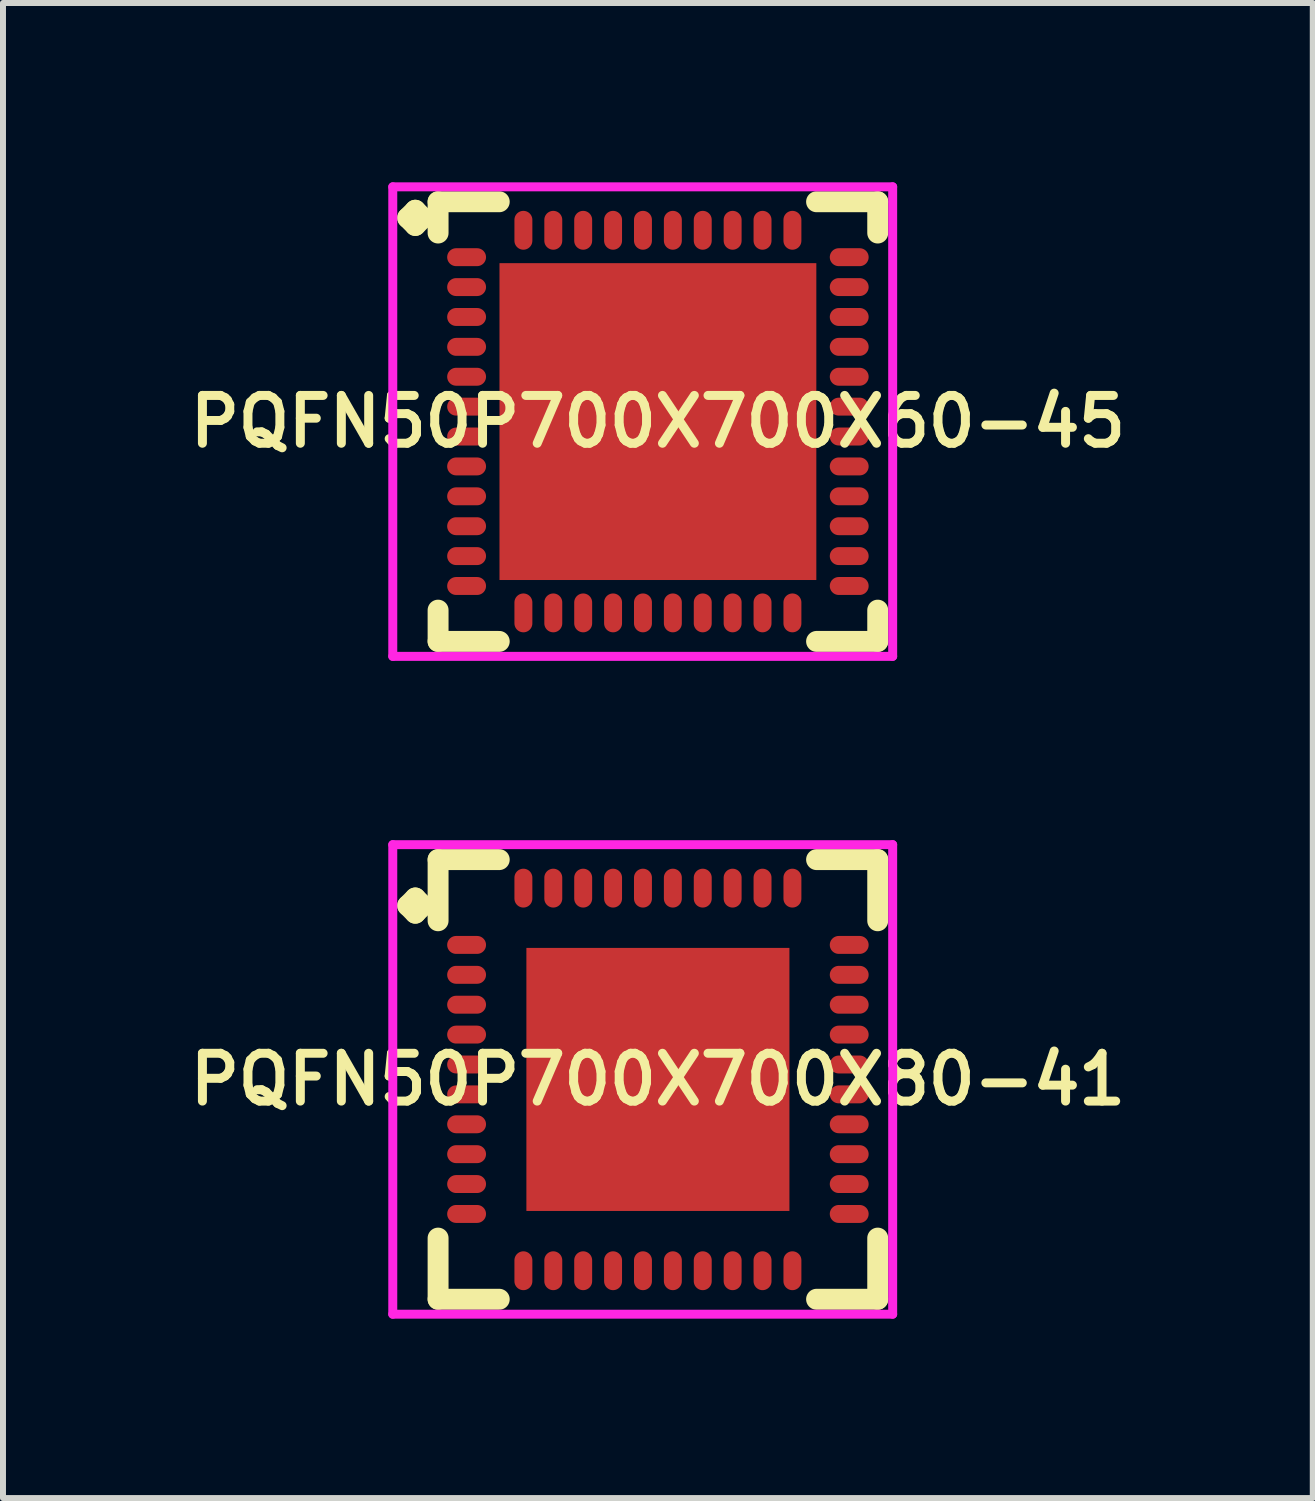
<source format=kicad_pcb>
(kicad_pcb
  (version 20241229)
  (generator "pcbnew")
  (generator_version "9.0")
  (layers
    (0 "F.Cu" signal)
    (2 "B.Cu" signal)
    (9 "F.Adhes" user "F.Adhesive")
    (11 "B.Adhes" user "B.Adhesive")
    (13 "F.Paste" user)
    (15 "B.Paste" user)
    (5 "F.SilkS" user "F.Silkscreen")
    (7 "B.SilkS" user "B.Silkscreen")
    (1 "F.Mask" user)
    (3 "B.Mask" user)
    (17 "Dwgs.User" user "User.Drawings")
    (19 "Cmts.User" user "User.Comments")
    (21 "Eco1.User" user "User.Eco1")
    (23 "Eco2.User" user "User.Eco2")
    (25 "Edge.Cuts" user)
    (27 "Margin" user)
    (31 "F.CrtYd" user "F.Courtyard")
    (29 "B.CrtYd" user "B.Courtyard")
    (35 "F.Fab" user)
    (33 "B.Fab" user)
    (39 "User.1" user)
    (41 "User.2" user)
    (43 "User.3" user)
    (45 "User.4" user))
  (footprint "PQFN50P700X700X80-41"
    (layer "F.Cu")
    (at 7.955 15.006)
    (property "Reference" "PQFN50P700X700X80-41" (at 0 0 0) (layer "F.SilkS") (effects (font (size 0.8 0.8) (thickness 0.15))))
    (attr smd)
    (fp_line (start -4.185 -2.908) (end -4.058 -3.035) (stroke (width 0.35) (type solid)) (layer "F.SilkS"))
    (fp_line (start -4.058 -3.035) (end -3.931 -2.908) (stroke (width 0.35) (type solid)) (layer "F.SilkS"))
    (fp_line (start -4.058 -2.781) (end -4.185 -2.908) (stroke (width 0.35) (type solid)) (layer "F.SilkS"))
    (fp_line (start -3.931 -2.908) (end -4.058 -2.781) (stroke (width 0.35) (type solid)) (layer "F.SilkS"))
    (fp_line (start -3.677 -3.677) (end -2.654 -3.677) (stroke (width 0.35) (type solid)) (layer "F.SilkS"))
    (fp_line (start -3.677 -2.654) (end -3.677 -3.677) (stroke (width 0.35) (type solid)) (layer "F.SilkS"))
    (fp_line (start -3.677 2.654) (end -3.677 3.677) (stroke (width 0.35) (type solid)) (layer "F.SilkS"))
    (fp_line (start -3.677 3.677) (end -2.654 3.677) (stroke (width 0.35) (type solid)) (layer "F.SilkS"))
    (fp_line (start 2.654 -3.677) (end 3.677 -3.677) (stroke (width 0.35) (type solid)) (layer "F.SilkS"))
    (fp_line (start 2.654 3.677) (end 3.677 3.677) (stroke (width 0.35) (type solid)) (layer "F.SilkS"))
    (fp_line (start 3.677 -3.677) (end 3.677 -2.654) (stroke (width 0.35) (type solid)) (layer "F.SilkS"))
    (fp_line (start 3.677 3.677) (end 3.677 2.654) (stroke (width 0.35) (type solid)) (layer "F.SilkS"))
    (fp_line (start -4.435 -3.927) (end 3.927 -3.927) (stroke (width 0.15) (type solid)) (layer "F.CrtYd"))
    (fp_line (start -4.435 3.927) (end -4.435 -3.927) (stroke (width 0.15) (type solid)) (layer "F.CrtYd"))
    (fp_line (start 3.927 -3.927) (end 3.927 3.927) (stroke (width 0.15) (type solid)) (layer "F.CrtYd"))
    (fp_line (start 3.927 3.927) (end -4.435 3.927) (stroke (width 0.15) (type solid)) (layer "F.CrtYd"))
    (pad "1" smd oval (at -3.2 -2.25) (size 0.65 0.3) (layers "F.Cu" "F.Mask" "F.Paste"))
    (pad "2" smd oval (at -3.2 -1.75) (size 0.65 0.3) (layers "F.Cu" "F.Mask" "F.Paste"))
    (pad "3" smd oval (at -3.2 -1.25) (size 0.65 0.3) (layers "F.Cu" "F.Mask" "F.Paste"))
    (pad "4" smd oval (at -3.2 -0.75) (size 0.65 0.3) (layers "F.Cu" "F.Mask" "F.Paste"))
    (pad "5" smd oval (at -3.2 -0.25) (size 0.65 0.3) (layers "F.Cu" "F.Mask" "F.Paste"))
    (pad "6" smd oval (at -3.2 0.25) (size 0.65 0.3) (layers "F.Cu" "F.Mask" "F.Paste"))
    (pad "7" smd oval (at -3.2 0.75) (size 0.65 0.3) (layers "F.Cu" "F.Mask" "F.Paste"))
    (pad "8" smd oval (at -3.2 1.25) (size 0.65 0.3) (layers "F.Cu" "F.Mask" "F.Paste"))
    (pad "9" smd oval (at -3.2 1.75) (size 0.65 0.3) (layers "F.Cu" "F.Mask" "F.Paste"))
    (pad "10" smd oval (at -3.2 2.25) (size 0.65 0.3) (layers "F.Cu" "F.Mask" "F.Paste"))
    (pad "11" smd oval (at -2.25 3.2) (size 0.3 0.65) (layers "F.Cu" "F.Mask" "F.Paste"))
    (pad "12" smd oval (at -1.75 3.2) (size 0.3 0.65) (layers "F.Cu" "F.Mask" "F.Paste"))
    (pad "13" smd oval (at -1.25 3.2) (size 0.3 0.65) (layers "F.Cu" "F.Mask" "F.Paste"))
    (pad "14" smd oval (at -0.75 3.2) (size 0.3 0.65) (layers "F.Cu" "F.Mask" "F.Paste"))
    (pad "15" smd oval (at -0.25 3.2) (size 0.3 0.65) (layers "F.Cu" "F.Mask" "F.Paste"))
    (pad "16" smd oval (at 0.25 3.2) (size 0.3 0.65) (layers "F.Cu" "F.Mask" "F.Paste"))
    (pad "17" smd oval (at 0.75 3.2) (size 0.3 0.65) (layers "F.Cu" "F.Mask" "F.Paste"))
    (pad "18" smd oval (at 1.25 3.2) (size 0.3 0.65) (layers "F.Cu" "F.Mask" "F.Paste"))
    (pad "19" smd oval (at 1.75 3.2) (size 0.3 0.65) (layers "F.Cu" "F.Mask" "F.Paste"))
    (pad "20" smd oval (at 2.25 3.2) (size 0.3 0.65) (layers "F.Cu" "F.Mask" "F.Paste"))
    (pad "21" smd oval (at 3.2 2.25) (size 0.65 0.3) (layers "F.Cu" "F.Mask" "F.Paste"))
    (pad "22" smd oval (at 3.2 1.75) (size 0.65 0.3) (layers "F.Cu" "F.Mask" "F.Paste"))
    (pad "23" smd oval (at 3.2 1.25) (size 0.65 0.3) (layers "F.Cu" "F.Mask" "F.Paste"))
    (pad "24" smd oval (at 3.2 0.75) (size 0.65 0.3) (layers "F.Cu" "F.Mask" "F.Paste"))
    (pad "25" smd oval (at 3.2 0.25) (size 0.65 0.3) (layers "F.Cu" "F.Mask" "F.Paste"))
    (pad "26" smd oval (at 3.2 -0.25) (size 0.65 0.3) (layers "F.Cu" "F.Mask" "F.Paste"))
    (pad "27" smd oval (at 3.2 -0.75) (size 0.65 0.3) (layers "F.Cu" "F.Mask" "F.Paste"))
    (pad "28" smd oval (at 3.2 -1.25) (size 0.65 0.3) (layers "F.Cu" "F.Mask" "F.Paste"))
    (pad "29" smd oval (at 3.2 -1.75) (size 0.65 0.3) (layers "F.Cu" "F.Mask" "F.Paste"))
    (pad "30" smd oval (at 3.2 -2.25) (size 0.65 0.3) (layers "F.Cu" "F.Mask" "F.Paste"))
    (pad "31" smd oval (at 2.25 -3.2) (size 0.3 0.65) (layers "F.Cu" "F.Mask" "F.Paste"))
    (pad "32" smd oval (at 1.75 -3.2) (size 0.3 0.65) (layers "F.Cu" "F.Mask" "F.Paste"))
    (pad "33" smd oval (at 1.25 -3.2) (size 0.3 0.65) (layers "F.Cu" "F.Mask" "F.Paste"))
    (pad "34" smd oval (at 0.75 -3.2) (size 0.3 0.65) (layers "F.Cu" "F.Mask" "F.Paste"))
    (pad "35" smd oval (at 0.25 -3.2) (size 0.3 0.65) (layers "F.Cu" "F.Mask" "F.Paste"))
    (pad "36" smd oval (at -0.25 -3.2) (size 0.3 0.65) (layers "F.Cu" "F.Mask" "F.Paste"))
    (pad "37" smd oval (at -0.75 -3.2) (size 0.3 0.65) (layers "F.Cu" "F.Mask" "F.Paste"))
    (pad "38" smd oval (at -1.25 -3.2) (size 0.3 0.65) (layers "F.Cu" "F.Mask" "F.Paste"))
    (pad "39" smd oval (at -1.75 -3.2) (size 0.3 0.65) (layers "F.Cu" "F.Mask" "F.Paste"))
    (pad "40" smd oval (at -2.25 -3.2) (size 0.3 0.65) (layers "F.Cu" "F.Mask" "F.Paste"))
    (pad "41" smd rect (at 0 0) (size 4.4 4.4) (layers "F.Cu" "F.Mask" "F.Paste")))
  (footprint "PQFN50P700X700X60-45"
    (layer "F.Cu")
    (at 7.955 4.002)
    (property "Reference" "PQFN50P700X700X60-45" (at 0 0 0) (layer "F.SilkS") (effects (font (size 0.8 0.8) (thickness 0.15))))
    (attr smd)
    (fp_line (start -4.185 -3.408) (end -4.058 -3.535) (stroke (width 0.35) (type solid)) (layer "F.SilkS"))
    (fp_line (start -4.058 -3.535) (end -3.931 -3.408) (stroke (width 0.35) (type solid)) (layer "F.SilkS"))
    (fp_line (start -4.058 -3.281) (end -4.185 -3.408) (stroke (width 0.35) (type solid)) (layer "F.SilkS"))
    (fp_line (start -3.931 -3.408) (end -4.058 -3.281) (stroke (width 0.35) (type solid)) (layer "F.SilkS"))
    (fp_line (start -3.677 -3.677) (end -2.654 -3.677) (stroke (width 0.35) (type solid)) (layer "F.SilkS"))
    (fp_line (start -3.677 -3.154) (end -3.677 -3.677) (stroke (width 0.35) (type solid)) (layer "F.SilkS"))
    (fp_line (start -3.677 3.154) (end -3.677 3.677) (stroke (width 0.35) (type solid)) (layer "F.SilkS"))
    (fp_line (start -3.677 3.677) (end -2.654 3.677) (stroke (width 0.35) (type solid)) (layer "F.SilkS"))
    (fp_line (start 2.654 -3.677) (end 3.677 -3.677) (stroke (width 0.35) (type solid)) (layer "F.SilkS"))
    (fp_line (start 2.654 3.677) (end 3.677 3.677) (stroke (width 0.35) (type solid)) (layer "F.SilkS"))
    (fp_line (start 3.677 -3.677) (end 3.677 -3.154) (stroke (width 0.35) (type solid)) (layer "F.SilkS"))
    (fp_line (start 3.677 3.677) (end 3.677 3.154) (stroke (width 0.35) (type solid)) (layer "F.SilkS"))
    (fp_line (start -4.435 -3.927) (end 3.927 -3.927) (stroke (width 0.15) (type solid)) (layer "F.CrtYd"))
    (fp_line (start -4.435 3.927) (end -4.435 -3.927) (stroke (width 0.15) (type solid)) (layer "F.CrtYd"))
    (fp_line (start 3.927 -3.927) (end 3.927 3.927) (stroke (width 0.15) (type solid)) (layer "F.CrtYd"))
    (fp_line (start 3.927 3.927) (end -4.435 3.927) (stroke (width 0.15) (type solid)) (layer "F.CrtYd"))
    (pad "1" smd oval (at -3.2 -2.75) (size 0.65 0.3) (layers "F.Cu" "F.Mask" "F.Paste"))
    (pad "2" smd oval (at -3.2 -2.25) (size 0.65 0.3) (layers "F.Cu" "F.Mask" "F.Paste"))
    (pad "3" smd oval (at -3.2 -1.75) (size 0.65 0.3) (layers "F.Cu" "F.Mask" "F.Paste"))
    (pad "4" smd oval (at -3.2 -1.25) (size 0.65 0.3) (layers "F.Cu" "F.Mask" "F.Paste"))
    (pad "5" smd oval (at -3.2 -0.75) (size 0.65 0.3) (layers "F.Cu" "F.Mask" "F.Paste"))
    (pad "6" smd oval (at -3.2 -0.25) (size 0.65 0.3) (layers "F.Cu" "F.Mask" "F.Paste"))
    (pad "7" smd oval (at -3.2 0.25) (size 0.65 0.3) (layers "F.Cu" "F.Mask" "F.Paste"))
    (pad "8" smd oval (at -3.2 0.75) (size 0.65 0.3) (layers "F.Cu" "F.Mask" "F.Paste"))
    (pad "9" smd oval (at -3.2 1.25) (size 0.65 0.3) (layers "F.Cu" "F.Mask" "F.Paste"))
    (pad "10" smd oval (at -3.2 1.75) (size 0.65 0.3) (layers "F.Cu" "F.Mask" "F.Paste"))
    (pad "11" smd oval (at -3.2 2.25) (size 0.65 0.3) (layers "F.Cu" "F.Mask" "F.Paste"))
    (pad "12" smd oval (at -3.2 2.75) (size 0.65 0.3) (layers "F.Cu" "F.Mask" "F.Paste"))
    (pad "13" smd oval (at -2.25 3.2) (size 0.3 0.65) (layers "F.Cu" "F.Mask" "F.Paste"))
    (pad "14" smd oval (at -1.75 3.2) (size 0.3 0.65) (layers "F.Cu" "F.Mask" "F.Paste"))
    (pad "15" smd oval (at -1.25 3.2) (size 0.3 0.65) (layers "F.Cu" "F.Mask" "F.Paste"))
    (pad "16" smd oval (at -0.75 3.2) (size 0.3 0.65) (layers "F.Cu" "F.Mask" "F.Paste"))
    (pad "17" smd oval (at -0.25 3.2) (size 0.3 0.65) (layers "F.Cu" "F.Mask" "F.Paste"))
    (pad "18" smd oval (at 0.25 3.2) (size 0.3 0.65) (layers "F.Cu" "F.Mask" "F.Paste"))
    (pad "19" smd oval (at 0.75 3.2) (size 0.3 0.65) (layers "F.Cu" "F.Mask" "F.Paste"))
    (pad "20" smd oval (at 1.25 3.2) (size 0.3 0.65) (layers "F.Cu" "F.Mask" "F.Paste"))
    (pad "21" smd oval (at 1.75 3.2) (size 0.3 0.65) (layers "F.Cu" "F.Mask" "F.Paste"))
    (pad "22" smd oval (at 2.25 3.2) (size 0.3 0.65) (layers "F.Cu" "F.Mask" "F.Paste"))
    (pad "23" smd oval (at 3.2 2.75) (size 0.65 0.3) (layers "F.Cu" "F.Mask" "F.Paste"))
    (pad "24" smd oval (at 3.2 2.25) (size 0.65 0.3) (layers "F.Cu" "F.Mask" "F.Paste"))
    (pad "25" smd oval (at 3.2 1.75) (size 0.65 0.3) (layers "F.Cu" "F.Mask" "F.Paste"))
    (pad "26" smd oval (at 3.2 1.25) (size 0.65 0.3) (layers "F.Cu" "F.Mask" "F.Paste"))
    (pad "27" smd oval (at 3.2 0.75) (size 0.65 0.3) (layers "F.Cu" "F.Mask" "F.Paste"))
    (pad "28" smd oval (at 3.2 0.25) (size 0.65 0.3) (layers "F.Cu" "F.Mask" "F.Paste"))
    (pad "29" smd oval (at 3.2 -0.25) (size 0.65 0.3) (layers "F.Cu" "F.Mask" "F.Paste"))
    (pad "30" smd oval (at 3.2 -0.75) (size 0.65 0.3) (layers "F.Cu" "F.Mask" "F.Paste"))
    (pad "31" smd oval (at 3.2 -1.25) (size 0.65 0.3) (layers "F.Cu" "F.Mask" "F.Paste"))
    (pad "32" smd oval (at 3.2 -1.75) (size 0.65 0.3) (layers "F.Cu" "F.Mask" "F.Paste"))
    (pad "33" smd oval (at 3.2 -2.25) (size 0.65 0.3) (layers "F.Cu" "F.Mask" "F.Paste"))
    (pad "34" smd oval (at 3.2 -2.75) (size 0.65 0.3) (layers "F.Cu" "F.Mask" "F.Paste"))
    (pad "35" smd oval (at 2.25 -3.2) (size 0.3 0.65) (layers "F.Cu" "F.Mask" "F.Paste"))
    (pad "36" smd oval (at 1.75 -3.2) (size 0.3 0.65) (layers "F.Cu" "F.Mask" "F.Paste"))
    (pad "37" smd oval (at 1.25 -3.2) (size 0.3 0.65) (layers "F.Cu" "F.Mask" "F.Paste"))
    (pad "38" smd oval (at 0.75 -3.2) (size 0.3 0.65) (layers "F.Cu" "F.Mask" "F.Paste"))
    (pad "39" smd oval (at 0.25 -3.2) (size 0.3 0.65) (layers "F.Cu" "F.Mask" "F.Paste"))
    (pad "40" smd oval (at -0.25 -3.2) (size 0.3 0.65) (layers "F.Cu" "F.Mask" "F.Paste"))
    (pad "41" smd oval (at -0.75 -3.2) (size 0.3 0.65) (layers "F.Cu" "F.Mask" "F.Paste"))
    (pad "42" smd oval (at -1.25 -3.2) (size 0.3 0.65) (layers "F.Cu" "F.Mask" "F.Paste"))
    (pad "43" smd oval (at -1.75 -3.2) (size 0.3 0.65) (layers "F.Cu" "F.Mask" "F.Paste"))
    (pad "44" smd oval (at -2.25 -3.2) (size 0.3 0.65) (layers "F.Cu" "F.Mask" "F.Paste"))
    (pad "45" smd rect (at 0 0) (size 5.3 5.3) (layers "F.Cu" "F.Mask" "F.Paste")))
  (gr_rect
    (start -3 -3)
    (end 18.909 22.008)
    (stroke (width 0.1) (type default))
    (fill no)
    (layer "Edge.Cuts")))
</source>
